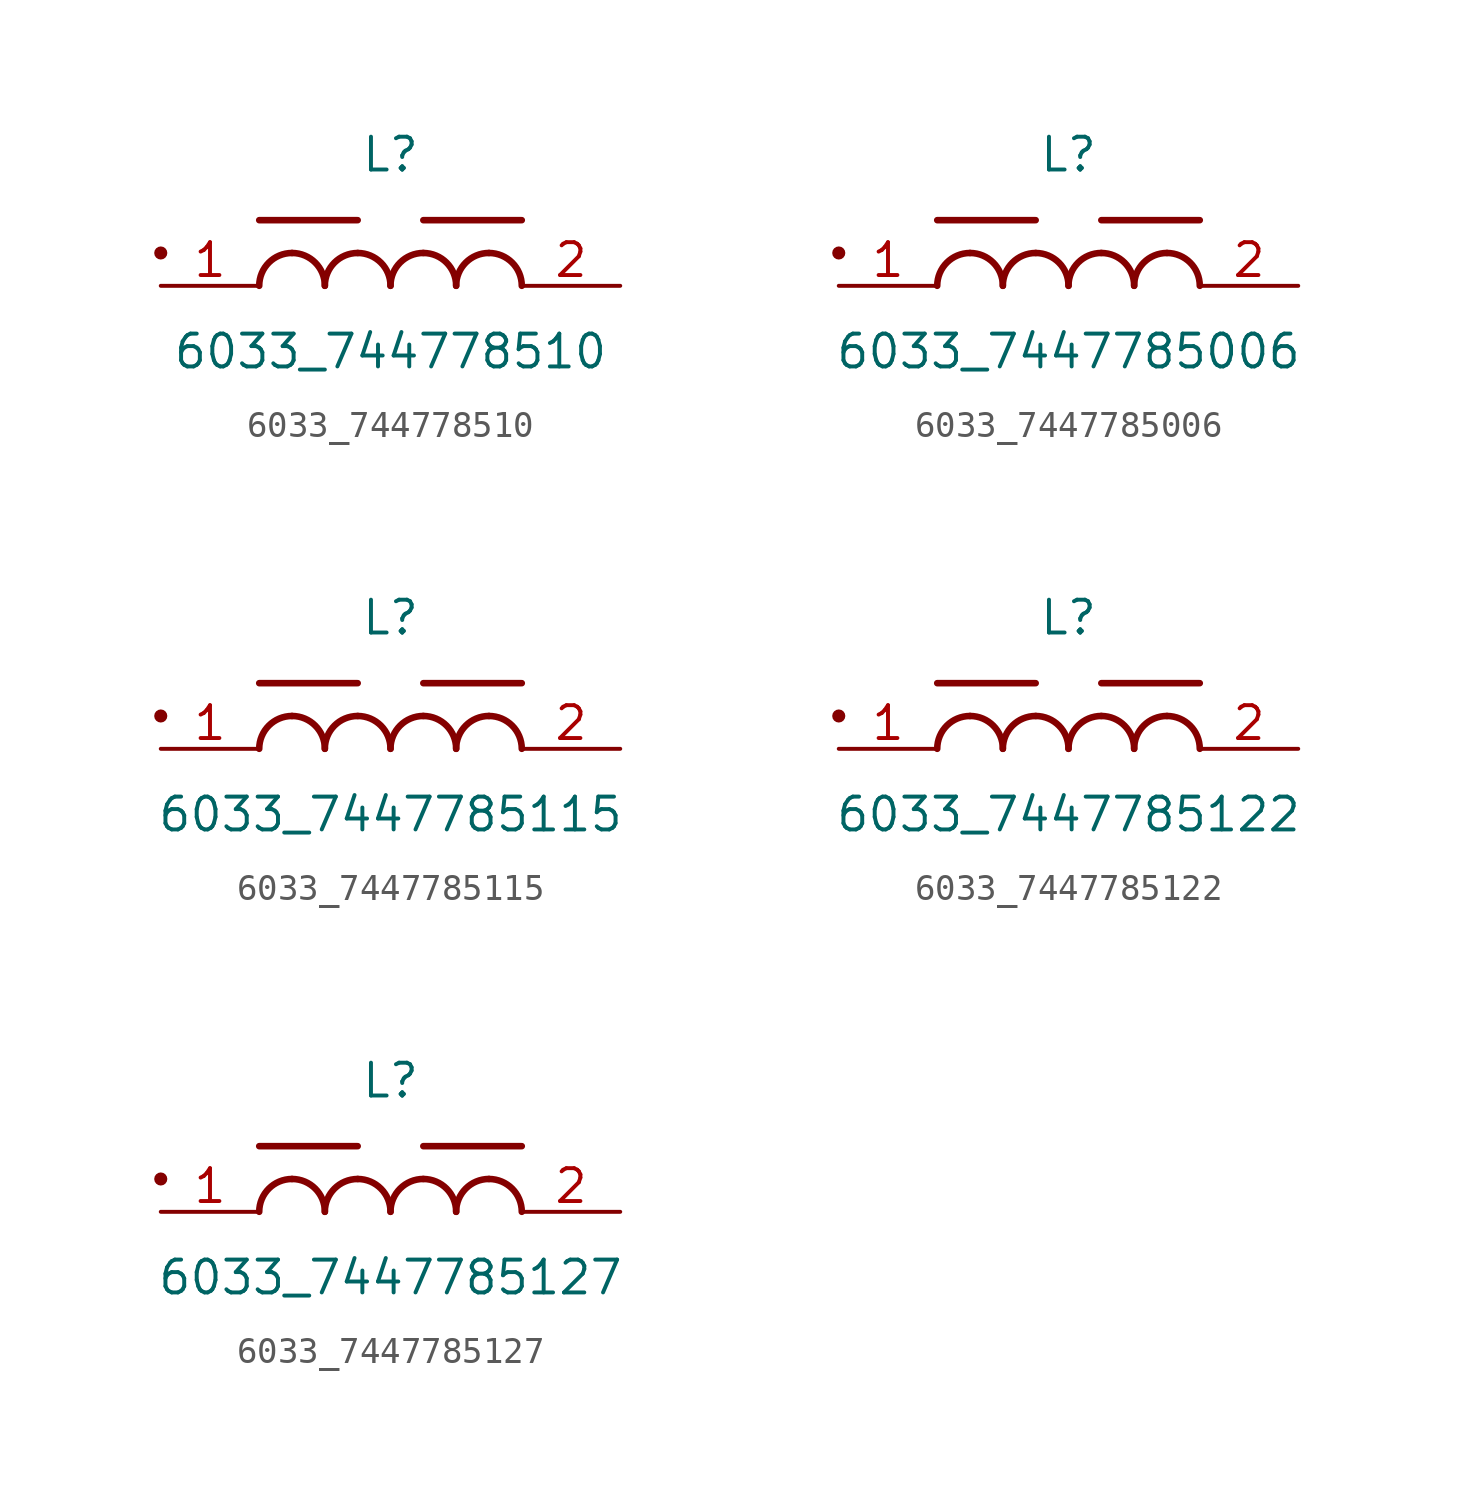
<source format=kicad_sym>
(kicad_symbol_lib
  (version 20211014)
  (generator kicad_symbol_editor)
  (symbol "Inductor_Wurth_WE-PD:6033_744778510"
    (pin_names hide)
    (property "Reference" "L"
      (at 0 5.08 0)
      (effects (font (size 1.27 1.27))))
    (property "Value" "6033_744778510"
      (at 0 -2.54 0)
      (effects (font (size 1.27 1.27))))
    (symbol "6033_744778510_0_1"
      (circle (center -8.89 1.27) (radius 0.0001) (stroke (width 0.254)) (stroke (width 0.254) (type default) (color 0 0 0 0)) (fill (type none)))
      (arc (start -3.81 1.27) (mid -4.708 0.898) (end -5.08 0) (stroke (width 0.254) (type default) (color 0 0 0 0)) (fill (type none)))
      (arc (start -2.54 0) (mid -2.912 0.898) (end -3.81 1.27) (stroke (width 0.254) (type default) (color 0 0 0 0)) (fill (type none)))
      (arc (start -1.2699 1.2701) (mid -2.1679 0.8981) (end -2.5399 0.0001) (stroke (width 0.254) (type default) (color 0 0 0 0)) (fill (type none)))
      (polyline (pts (xy -5.08 2.54) (xy -1.27 2.54)) (stroke (width 0.254) (type default) (color 0 0 0 0)) (fill (type none)))
      (polyline (pts (xy 5.08 2.54) (xy 1.27 2.54)) (stroke (width 0.254) (type default) (color 0 0 0 0)) (fill (type none)))
      (arc (start 0.0001 0.0001) (mid -0.3719 0.8981) (end -1.2699 1.2701) (stroke (width 0.254) (type default) (color 0 0 0 0)) (fill (type none)))
      (arc (start 1.2701 1.2701) (mid 0.3721 0.8981) (end 0.0001 0.0001) (stroke (width 0.254) (type default) (color 0 0 0 0)) (fill (type none)))
      (arc (start 2.5401 0.0001) (mid 2.1681 0.8981) (end 1.2701 1.2701) (stroke (width 0.254) (type default) (color 0 0 0 0)) (fill (type none)))
      (arc (start 3.8101 1.2701) (mid 2.9121 0.8981) (end 2.5401 0.0001) (stroke (width 0.254) (type default) (color 0 0 0 0)) (fill (type none)))
      (arc (start 5.0801 0.0001) (mid 4.7081 0.8981) (end 3.8101 1.2701) (stroke (width 0.254) (type default) (color 0 0 0 0)) (fill (type none))))
    (symbol "6033_744778510_1_1"
      (pin passive line (at -8.89 0 0) (length 3.81) (name "1" (effects (font (size 1.27 1.27)))) (number "1" (effects (font (size 1.27 1.27)))))
      (pin passive line (at 8.89 0 180) (length 3.81) (name "2" (effects (font (size 1.27 1.27)))) (number "2" (effects (font (size 1.27 1.27)))))))
  (symbol "Inductor_Wurth_WE-PD:6033_7447785006"
    (pin_names hide)
    (property "Reference" "L"
      (at 0 5.08 0)
      (effects (font (size 1.27 1.27))))
    (property "Value" "6033_7447785006"
      (at 0 -2.54 0)
      (effects (font (size 1.27 1.27))))
    (symbol "6033_7447785006_0_1"
      (circle (center -8.89 1.27) (radius 0.0001) (stroke (width 0.254)) (stroke (width 0.254) (type default) (color 0 0 0 0)) (fill (type none)))
      (arc (start -3.81 1.27) (mid -4.708 0.898) (end -5.08 0) (stroke (width 0.254) (type default) (color 0 0 0 0)) (fill (type none)))
      (arc (start -2.54 0) (mid -2.912 0.898) (end -3.81 1.27) (stroke (width 0.254) (type default) (color 0 0 0 0)) (fill (type none)))
      (arc (start -1.2699 1.2701) (mid -2.1679 0.8981) (end -2.5399 0.0001) (stroke (width 0.254) (type default) (color 0 0 0 0)) (fill (type none)))
      (polyline (pts (xy -5.08 2.54) (xy -1.27 2.54)) (stroke (width 0.254) (type default) (color 0 0 0 0)) (fill (type none)))
      (polyline (pts (xy 5.08 2.54) (xy 1.27 2.54)) (stroke (width 0.254) (type default) (color 0 0 0 0)) (fill (type none)))
      (arc (start 0.0001 0.0001) (mid -0.3719 0.8981) (end -1.2699 1.2701) (stroke (width 0.254) (type default) (color 0 0 0 0)) (fill (type none)))
      (arc (start 1.2701 1.2701) (mid 0.3721 0.8981) (end 0.0001 0.0001) (stroke (width 0.254) (type default) (color 0 0 0 0)) (fill (type none)))
      (arc (start 2.5401 0.0001) (mid 2.1681 0.8981) (end 1.2701 1.2701) (stroke (width 0.254) (type default) (color 0 0 0 0)) (fill (type none)))
      (arc (start 3.8101 1.2701) (mid 2.9121 0.8981) (end 2.5401 0.0001) (stroke (width 0.254) (type default) (color 0 0 0 0)) (fill (type none)))
      (arc (start 5.0801 0.0001) (mid 4.7081 0.8981) (end 3.8101 1.2701) (stroke (width 0.254) (type default) (color 0 0 0 0)) (fill (type none))))
    (symbol "6033_7447785006_1_1"
      (pin passive line (at -8.89 0 0) (length 3.81) (name "1" (effects (font (size 1.27 1.27)))) (number "1" (effects (font (size 1.27 1.27)))))
      (pin passive line (at 8.89 0 180) (length 3.81) (name "2" (effects (font (size 1.27 1.27)))) (number "2" (effects (font (size 1.27 1.27)))))))
  (symbol "Inductor_Wurth_WE-PD:6033_7447785115"
    (pin_names hide)
    (property "Reference" "L"
      (at 0 5.08 0)
      (effects (font (size 1.27 1.27))))
    (property "Value" "6033_7447785115"
      (at 0 -2.54 0)
      (effects (font (size 1.27 1.27))))
    (symbol "6033_7447785115_0_1"
      (circle (center -8.89 1.27) (radius 0.0001) (stroke (width 0.254)) (stroke (width 0.254) (type default) (color 0 0 0 0)) (fill (type none)))
      (arc (start -3.81 1.27) (mid -4.708 0.898) (end -5.08 0) (stroke (width 0.254) (type default) (color 0 0 0 0)) (fill (type none)))
      (arc (start -2.54 0) (mid -2.912 0.898) (end -3.81 1.27) (stroke (width 0.254) (type default) (color 0 0 0 0)) (fill (type none)))
      (arc (start -1.2699 1.2701) (mid -2.1679 0.8981) (end -2.5399 0.0001) (stroke (width 0.254) (type default) (color 0 0 0 0)) (fill (type none)))
      (polyline (pts (xy -5.08 2.54) (xy -1.27 2.54)) (stroke (width 0.254) (type default) (color 0 0 0 0)) (fill (type none)))
      (polyline (pts (xy 5.08 2.54) (xy 1.27 2.54)) (stroke (width 0.254) (type default) (color 0 0 0 0)) (fill (type none)))
      (arc (start 0.0001 0.0001) (mid -0.3719 0.8981) (end -1.2699 1.2701) (stroke (width 0.254) (type default) (color 0 0 0 0)) (fill (type none)))
      (arc (start 1.2701 1.2701) (mid 0.3721 0.8981) (end 0.0001 0.0001) (stroke (width 0.254) (type default) (color 0 0 0 0)) (fill (type none)))
      (arc (start 2.5401 0.0001) (mid 2.1681 0.8981) (end 1.2701 1.2701) (stroke (width 0.254) (type default) (color 0 0 0 0)) (fill (type none)))
      (arc (start 3.8101 1.2701) (mid 2.9121 0.8981) (end 2.5401 0.0001) (stroke (width 0.254) (type default) (color 0 0 0 0)) (fill (type none)))
      (arc (start 5.0801 0.0001) (mid 4.7081 0.8981) (end 3.8101 1.2701) (stroke (width 0.254) (type default) (color 0 0 0 0)) (fill (type none))))
    (symbol "6033_7447785115_1_1"
      (pin passive line (at -8.89 0 0) (length 3.81) (name "1" (effects (font (size 1.27 1.27)))) (number "1" (effects (font (size 1.27 1.27)))))
      (pin passive line (at 8.89 0 180) (length 3.81) (name "2" (effects (font (size 1.27 1.27)))) (number "2" (effects (font (size 1.27 1.27)))))))
  (symbol "Inductor_Wurth_WE-PD:6033_7447785122"
    (pin_names hide)
    (property "Reference" "L"
      (at 0 5.08 0)
      (effects (font (size 1.27 1.27))))
    (property "Value" "6033_7447785122"
      (at 0 -2.54 0)
      (effects (font (size 1.27 1.27))))
    (symbol "6033_7447785122_0_1"
      (circle (center -8.89 1.27) (radius 0.0001) (stroke (width 0.254)) (stroke (width 0.254) (type default) (color 0 0 0 0)) (fill (type none)))
      (arc (start -3.81 1.27) (mid -4.708 0.898) (end -5.08 0) (stroke (width 0.254) (type default) (color 0 0 0 0)) (fill (type none)))
      (arc (start -2.54 0) (mid -2.912 0.898) (end -3.81 1.27) (stroke (width 0.254) (type default) (color 0 0 0 0)) (fill (type none)))
      (arc (start -1.2699 1.2701) (mid -2.1679 0.8981) (end -2.5399 0.0001) (stroke (width 0.254) (type default) (color 0 0 0 0)) (fill (type none)))
      (polyline (pts (xy -5.08 2.54) (xy -1.27 2.54)) (stroke (width 0.254) (type default) (color 0 0 0 0)) (fill (type none)))
      (polyline (pts (xy 5.08 2.54) (xy 1.27 2.54)) (stroke (width 0.254) (type default) (color 0 0 0 0)) (fill (type none)))
      (arc (start 0.0001 0.0001) (mid -0.3719 0.8981) (end -1.2699 1.2701) (stroke (width 0.254) (type default) (color 0 0 0 0)) (fill (type none)))
      (arc (start 1.2701 1.2701) (mid 0.3721 0.8981) (end 0.0001 0.0001) (stroke (width 0.254) (type default) (color 0 0 0 0)) (fill (type none)))
      (arc (start 2.5401 0.0001) (mid 2.1681 0.8981) (end 1.2701 1.2701) (stroke (width 0.254) (type default) (color 0 0 0 0)) (fill (type none)))
      (arc (start 3.8101 1.2701) (mid 2.9121 0.8981) (end 2.5401 0.0001) (stroke (width 0.254) (type default) (color 0 0 0 0)) (fill (type none)))
      (arc (start 5.0801 0.0001) (mid 4.7081 0.8981) (end 3.8101 1.2701) (stroke (width 0.254) (type default) (color 0 0 0 0)) (fill (type none))))
    (symbol "6033_7447785122_1_1"
      (pin passive line (at -8.89 0 0) (length 3.81) (name "1" (effects (font (size 1.27 1.27)))) (number "1" (effects (font (size 1.27 1.27)))))
      (pin passive line (at 8.89 0 180) (length 3.81) (name "2" (effects (font (size 1.27 1.27)))) (number "2" (effects (font (size 1.27 1.27)))))))
  (symbol "Inductor_Wurth_WE-PD:6033_7447785127"
    (pin_names hide)
    (property "Reference" "L"
      (at 0 5.08 0)
      (effects (font (size 1.27 1.27))))
    (property "Value" "6033_7447785127"
      (at 0 -2.54 0)
      (effects (font (size 1.27 1.27))))
    (symbol "6033_7447785127_0_1"
      (circle (center -8.89 1.27) (radius 0.0001) (stroke (width 0.254)) (stroke (width 0.254) (type default) (color 0 0 0 0)) (fill (type none)))
      (arc (start -3.81 1.27) (mid -4.708 0.898) (end -5.08 0) (stroke (width 0.254) (type default) (color 0 0 0 0)) (fill (type none)))
      (arc (start -2.54 0) (mid -2.912 0.898) (end -3.81 1.27) (stroke (width 0.254) (type default) (color 0 0 0 0)) (fill (type none)))
      (arc (start -1.2699 1.2701) (mid -2.1679 0.8981) (end -2.5399 0.0001) (stroke (width 0.254) (type default) (color 0 0 0 0)) (fill (type none)))
      (polyline (pts (xy -5.08 2.54) (xy -1.27 2.54)) (stroke (width 0.254) (type default) (color 0 0 0 0)) (fill (type none)))
      (polyline (pts (xy 5.08 2.54) (xy 1.27 2.54)) (stroke (width 0.254) (type default) (color 0 0 0 0)) (fill (type none)))
      (arc (start 0.0001 0.0001) (mid -0.3719 0.8981) (end -1.2699 1.2701) (stroke (width 0.254) (type default) (color 0 0 0 0)) (fill (type none)))
      (arc (start 1.2701 1.2701) (mid 0.3721 0.8981) (end 0.0001 0.0001) (stroke (width 0.254) (type default) (color 0 0 0 0)) (fill (type none)))
      (arc (start 2.5401 0.0001) (mid 2.1681 0.8981) (end 1.2701 1.2701) (stroke (width 0.254) (type default) (color 0 0 0 0)) (fill (type none)))
      (arc (start 3.8101 1.2701) (mid 2.9121 0.8981) (end 2.5401 0.0001) (stroke (width 0.254) (type default) (color 0 0 0 0)) (fill (type none)))
      (arc (start 5.0801 0.0001) (mid 4.7081 0.8981) (end 3.8101 1.2701) (stroke (width 0.254) (type default) (color 0 0 0 0)) (fill (type none))))
    (symbol "6033_7447785127_1_1"
      (pin passive line (at -8.89 0 0) (length 3.81) (name "1" (effects (font (size 1.27 1.27)))) (number "1" (effects (font (size 1.27 1.27)))))
      (pin passive line (at 8.89 0 180) (length 3.81) (name "2" (effects (font (size 1.27 1.27)))) (number "2" (effects (font (size 1.27 1.27))))))))
</source>
